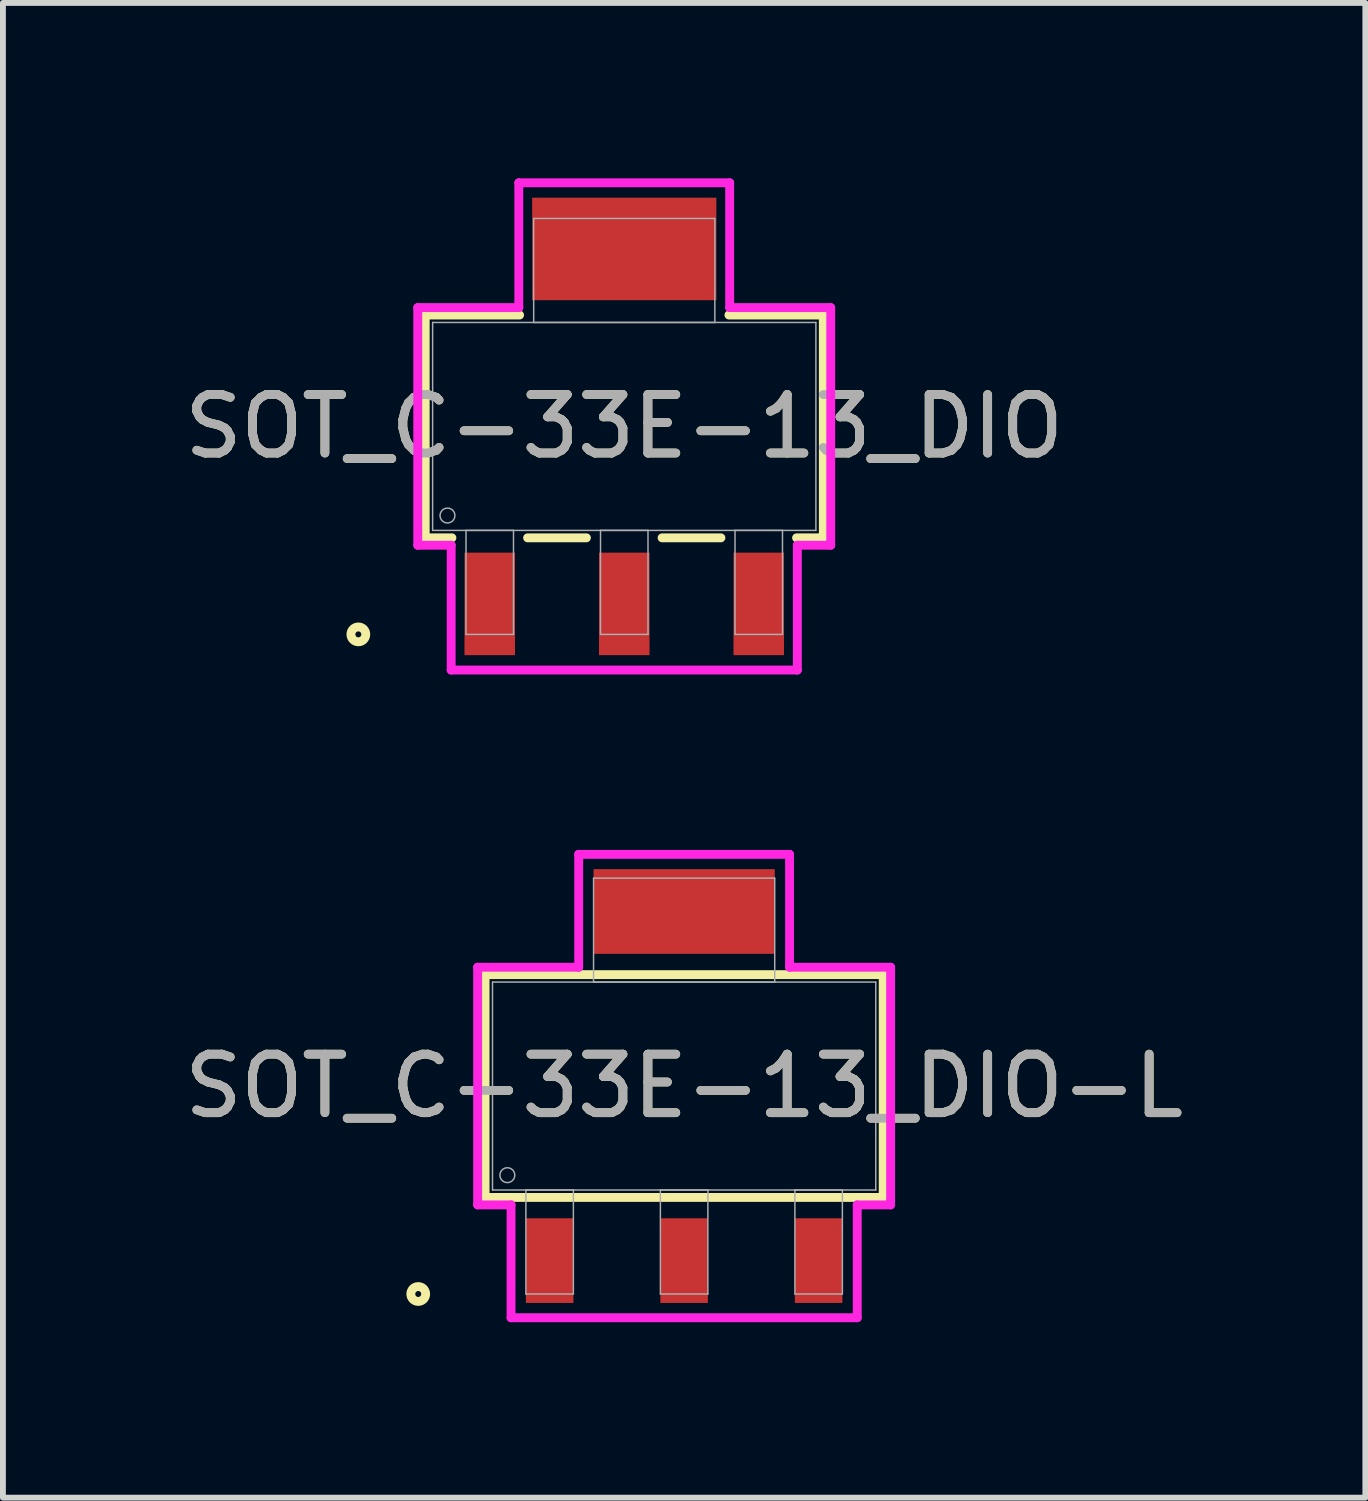
<source format=kicad_pcb>
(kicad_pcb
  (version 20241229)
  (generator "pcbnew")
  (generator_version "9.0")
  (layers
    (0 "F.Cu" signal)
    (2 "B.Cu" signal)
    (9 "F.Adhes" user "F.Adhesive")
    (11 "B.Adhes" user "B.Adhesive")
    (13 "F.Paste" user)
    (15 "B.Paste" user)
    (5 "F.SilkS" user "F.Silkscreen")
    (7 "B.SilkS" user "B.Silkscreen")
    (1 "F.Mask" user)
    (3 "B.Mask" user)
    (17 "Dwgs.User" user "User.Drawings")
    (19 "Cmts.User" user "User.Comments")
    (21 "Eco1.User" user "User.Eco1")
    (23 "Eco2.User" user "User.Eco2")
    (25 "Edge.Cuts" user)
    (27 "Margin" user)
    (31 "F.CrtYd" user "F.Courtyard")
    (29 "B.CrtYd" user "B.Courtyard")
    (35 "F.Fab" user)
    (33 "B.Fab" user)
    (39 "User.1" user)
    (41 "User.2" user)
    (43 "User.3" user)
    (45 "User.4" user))
  (footprint "SOT_C-33E-13_DIO-L"
    (layer "F.Cu")
    (at 8.649 15.522)
    (property "Reference" "SOT_C-33E-13_DIO-L" (at 0 0 0) (unlocked yes) (layer "F.SilkS") (effects (font (size 1 1) (thickness 0.15))))
    (attr smd)
    (fp_line (start -3.404 -1.905) (end -3.404 1.905) (stroke (width 0.152) (type solid)) (layer "F.SilkS"))
    (fp_line (start -3.404 1.905) (end 3.404 1.905) (stroke (width 0.152) (type solid)) (layer "F.SilkS"))
    (fp_line (start 3.404 -1.905) (end -3.404 -1.905) (stroke (width 0.152) (type solid)) (layer "F.SilkS"))
    (fp_line (start 3.404 1.905) (end 3.404 -1.905) (stroke (width 0.152) (type solid)) (layer "F.SilkS"))
    (fp_circle (center -4.547 3.556) (end -4.42 3.556) (stroke (width 0.152) (type solid)) (fill no) (layer "F.SilkS"))
    (fp_line (start -3.531 -2.032) (end -1.803 -2.032) (stroke (width 0.152) (type solid)) (layer "F.CrtYd"))
    (fp_line (start -3.531 2.032) (end -3.531 -2.032) (stroke (width 0.152) (type solid)) (layer "F.CrtYd"))
    (fp_line (start -2.96 2.032) (end -3.531 2.032) (stroke (width 0.152) (type solid)) (layer "F.CrtYd"))
    (fp_line (start -2.96 3.962) (end -2.96 2.032) (stroke (width 0.152) (type solid)) (layer "F.CrtYd"))
    (fp_line (start -1.803 -3.962) (end 1.803 -3.962) (stroke (width 0.152) (type solid)) (layer "F.CrtYd"))
    (fp_line (start -1.803 -2.032) (end -1.803 -3.962) (stroke (width 0.152) (type solid)) (layer "F.CrtYd"))
    (fp_line (start 1.803 -3.962) (end 1.803 -2.032) (stroke (width 0.152) (type solid)) (layer "F.CrtYd"))
    (fp_line (start 1.803 -2.032) (end 3.531 -2.032) (stroke (width 0.152) (type solid)) (layer "F.CrtYd"))
    (fp_line (start 2.96 2.032) (end 2.96 3.962) (stroke (width 0.152) (type solid)) (layer "F.CrtYd"))
    (fp_line (start 2.96 3.962) (end -2.96 3.962) (stroke (width 0.152) (type solid)) (layer "F.CrtYd"))
    (fp_line (start 3.531 -2.032) (end 3.531 2.032) (stroke (width 0.152) (type solid)) (layer "F.CrtYd"))
    (fp_line (start 3.531 2.032) (end 2.96 2.032) (stroke (width 0.152) (type solid)) (layer "F.CrtYd"))
    (fp_line (start -3.277 -1.778) (end -3.277 1.778) (stroke (width 0.025) (type solid)) (layer "F.Fab"))
    (fp_line (start -3.277 1.778) (end 3.277 1.778) (stroke (width 0.025) (type solid)) (layer "F.Fab"))
    (fp_line (start -2.706 1.778) (end -2.706 3.556) (stroke (width 0.025) (type solid)) (layer "F.Fab"))
    (fp_line (start -2.706 3.556) (end -1.894 3.556) (stroke (width 0.025) (type solid)) (layer "F.Fab"))
    (fp_line (start -1.894 1.778) (end -2.706 1.778) (stroke (width 0.025) (type solid)) (layer "F.Fab"))
    (fp_line (start -1.894 3.556) (end -1.894 1.778) (stroke (width 0.025) (type solid)) (layer "F.Fab"))
    (fp_line (start -1.549 -3.556) (end -1.549 -1.778) (stroke (width 0.025) (type solid)) (layer "F.Fab"))
    (fp_line (start -1.549 -1.778) (end 1.549 -1.778) (stroke (width 0.025) (type solid)) (layer "F.Fab"))
    (fp_line (start -0.406 1.778) (end -0.406 3.556) (stroke (width 0.025) (type solid)) (layer "F.Fab"))
    (fp_line (start -0.406 3.556) (end 0.406 3.556) (stroke (width 0.025) (type solid)) (layer "F.Fab"))
    (fp_line (start 0.406 1.778) (end -0.406 1.778) (stroke (width 0.025) (type solid)) (layer "F.Fab"))
    (fp_line (start 0.406 3.556) (end 0.406 1.778) (stroke (width 0.025) (type solid)) (layer "F.Fab"))
    (fp_line (start 1.549 -3.556) (end -1.549 -3.556) (stroke (width 0.025) (type solid)) (layer "F.Fab"))
    (fp_line (start 1.549 -1.778) (end 1.549 -3.556) (stroke (width 0.025) (type solid)) (layer "F.Fab"))
    (fp_line (start 1.894 1.778) (end 1.894 3.556) (stroke (width 0.025) (type solid)) (layer "F.Fab"))
    (fp_line (start 1.894 3.556) (end 2.706 3.556) (stroke (width 0.025) (type solid)) (layer "F.Fab"))
    (fp_line (start 2.706 1.778) (end 1.894 1.778) (stroke (width 0.025) (type solid)) (layer "F.Fab"))
    (fp_line (start 2.706 3.556) (end 2.706 1.778) (stroke (width 0.025) (type solid)) (layer "F.Fab"))
    (fp_line (start 3.277 -1.778) (end -3.277 -1.778) (stroke (width 0.025) (type solid)) (layer "F.Fab"))
    (fp_line (start 3.277 1.778) (end 3.277 -1.778) (stroke (width 0.025) (type solid)) (layer "F.Fab"))
    (fp_circle (center -3.023 1.524) (end -2.896 1.524) (stroke (width 0.025) (type solid)) (fill no) (layer "F.Fab"))
    (fp_text user "${REFERENCE}" (at 0 0 0) (unlocked yes) (layer "F.Fab") (effects (font (size 1 1) (thickness 0.15))))
    (pad "1" smd rect (at -2.3 2.985) (size 0.813 1.448) (layers "F.Cu" "F.Mask" "F.Paste"))
    (pad "2" smd rect (at 0 2.985) (size 0.813 1.448) (layers "F.Cu" "F.Mask" "F.Paste"))
    (pad "3" smd rect (at 2.3 2.985) (size 0.813 1.448) (layers "F.Cu" "F.Mask" "F.Paste"))
    (pad "4" smd rect (at 0 -2.985) (size 3.099 1.448) (layers "F.Cu" "F.Mask" "F.Paste")))
  (footprint "SOT_C-33E-13_DIO"
    (layer "F.Cu")
    (at 7.625 4.242)
    (property "Reference" "SOT_C-33E-13_DIO" (at 0 0 0) (unlocked yes) (layer "F.SilkS") (effects (font (size 1 1) (thickness 0.15))))
    (attr smd)
    (fp_line (start -3.404 -1.905) (end -3.404 1.905) (stroke (width 0.152) (type solid)) (layer "F.SilkS"))
    (fp_line (start -3.404 1.905) (end -2.947 1.905) (stroke (width 0.152) (type solid)) (layer "F.SilkS"))
    (fp_line (start -1.79 -1.905) (end -3.404 -1.905) (stroke (width 0.152) (type solid)) (layer "F.SilkS"))
    (fp_line (start -1.653 1.905) (end -0.647 1.905) (stroke (width 0.152) (type solid)) (layer "F.SilkS"))
    (fp_line (start 0.647 1.905) (end 1.653 1.905) (stroke (width 0.152) (type solid)) (layer "F.SilkS"))
    (fp_line (start 2.947 1.905) (end 3.404 1.905) (stroke (width 0.152) (type solid)) (layer "F.SilkS"))
    (fp_line (start 3.404 -1.905) (end 1.79 -1.905) (stroke (width 0.152) (type solid)) (layer "F.SilkS"))
    (fp_line (start 3.404 1.905) (end 3.404 -1.905) (stroke (width 0.152) (type solid)) (layer "F.SilkS"))
    (fp_circle (center -4.547 3.556) (end -4.42 3.556) (stroke (width 0.152) (type solid)) (fill no) (layer "F.SilkS"))
    (fp_line (start -3.531 -2.032) (end -1.803 -2.032) (stroke (width 0.152) (type solid)) (layer "F.CrtYd"))
    (fp_line (start -3.531 2.032) (end -3.531 -2.032) (stroke (width 0.152) (type solid)) (layer "F.CrtYd"))
    (fp_line (start -2.96 2.032) (end -3.531 2.032) (stroke (width 0.152) (type solid)) (layer "F.CrtYd"))
    (fp_line (start -2.96 4.166) (end -2.96 2.032) (stroke (width 0.152) (type solid)) (layer "F.CrtYd"))
    (fp_line (start -1.803 -4.166) (end 1.803 -4.166) (stroke (width 0.152) (type solid)) (layer "F.CrtYd"))
    (fp_line (start -1.803 -2.032) (end -1.803 -4.166) (stroke (width 0.152) (type solid)) (layer "F.CrtYd"))
    (fp_line (start 1.803 -4.166) (end 1.803 -2.032) (stroke (width 0.152) (type solid)) (layer "F.CrtYd"))
    (fp_line (start 1.803 -2.032) (end 3.531 -2.032) (stroke (width 0.152) (type solid)) (layer "F.CrtYd"))
    (fp_line (start 2.96 2.032) (end 2.96 4.166) (stroke (width 0.152) (type solid)) (layer "F.CrtYd"))
    (fp_line (start 2.96 4.166) (end -2.96 4.166) (stroke (width 0.152) (type solid)) (layer "F.CrtYd"))
    (fp_line (start 3.531 -2.032) (end 3.531 2.032) (stroke (width 0.152) (type solid)) (layer "F.CrtYd"))
    (fp_line (start 3.531 2.032) (end 2.96 2.032) (stroke (width 0.152) (type solid)) (layer "F.CrtYd"))
    (fp_line (start -3.277 -1.778) (end -3.277 1.778) (stroke (width 0.025) (type solid)) (layer "F.Fab"))
    (fp_line (start -3.277 1.778) (end 3.277 1.778) (stroke (width 0.025) (type solid)) (layer "F.Fab"))
    (fp_line (start -2.706 1.778) (end -2.706 3.556) (stroke (width 0.025) (type solid)) (layer "F.Fab"))
    (fp_line (start -2.706 3.556) (end -1.894 3.556) (stroke (width 0.025) (type solid)) (layer "F.Fab"))
    (fp_line (start -1.894 1.778) (end -2.706 1.778) (stroke (width 0.025) (type solid)) (layer "F.Fab"))
    (fp_line (start -1.894 3.556) (end -1.894 1.778) (stroke (width 0.025) (type solid)) (layer "F.Fab"))
    (fp_line (start -1.549 -3.556) (end -1.549 -1.778) (stroke (width 0.025) (type solid)) (layer "F.Fab"))
    (fp_line (start -1.549 -1.778) (end 1.549 -1.778) (stroke (width 0.025) (type solid)) (layer "F.Fab"))
    (fp_line (start -0.406 1.778) (end -0.406 3.556) (stroke (width 0.025) (type solid)) (layer "F.Fab"))
    (fp_line (start -0.406 3.556) (end 0.406 3.556) (stroke (width 0.025) (type solid)) (layer "F.Fab"))
    (fp_line (start 0.406 1.778) (end -0.406 1.778) (stroke (width 0.025) (type solid)) (layer "F.Fab"))
    (fp_line (start 0.406 3.556) (end 0.406 1.778) (stroke (width 0.025) (type solid)) (layer "F.Fab"))
    (fp_line (start 1.549 -3.556) (end -1.549 -3.556) (stroke (width 0.025) (type solid)) (layer "F.Fab"))
    (fp_line (start 1.549 -1.778) (end 1.549 -3.556) (stroke (width 0.025) (type solid)) (layer "F.Fab"))
    (fp_line (start 1.894 1.778) (end 1.894 3.556) (stroke (width 0.025) (type solid)) (layer "F.Fab"))
    (fp_line (start 1.894 3.556) (end 2.706 3.556) (stroke (width 0.025) (type solid)) (layer "F.Fab"))
    (fp_line (start 2.706 1.778) (end 1.894 1.778) (stroke (width 0.025) (type solid)) (layer "F.Fab"))
    (fp_line (start 2.706 3.556) (end 2.706 1.778) (stroke (width 0.025) (type solid)) (layer "F.Fab"))
    (fp_line (start 3.277 -1.778) (end -3.277 -1.778) (stroke (width 0.025) (type solid)) (layer "F.Fab"))
    (fp_line (start 3.277 1.778) (end 3.277 -1.778) (stroke (width 0.025) (type solid)) (layer "F.Fab"))
    (fp_circle (center -3.023 1.524) (end -2.896 1.524) (stroke (width 0.025) (type solid)) (fill no) (layer "F.Fab"))
    (fp_text user "${REFERENCE}" (at 0 0 0) (unlocked yes) (layer "F.Fab") (effects (font (size 1 1) (thickness 0.15))))
    (pad "1" smd rect (at -2.3 3.035) (size 0.864 1.753) (layers "F.Cu" "F.Mask" "F.Paste"))
    (pad "2" smd rect (at 0 3.035) (size 0.864 1.753) (layers "F.Cu" "F.Mask" "F.Paste"))
    (pad "3" smd rect (at 2.3 3.035) (size 0.864 1.753) (layers "F.Cu" "F.Mask" "F.Paste"))
    (pad "4" smd rect (at 0 -3.035) (size 3.15 1.753) (layers "F.Cu" "F.Mask" "F.Paste")))
  (gr_rect
    (start -3 -3)
    (end 20.298 22.561)
    (stroke (width 0.1) (type default))
    (fill no)
    (layer "Edge.Cuts")))
</source>
